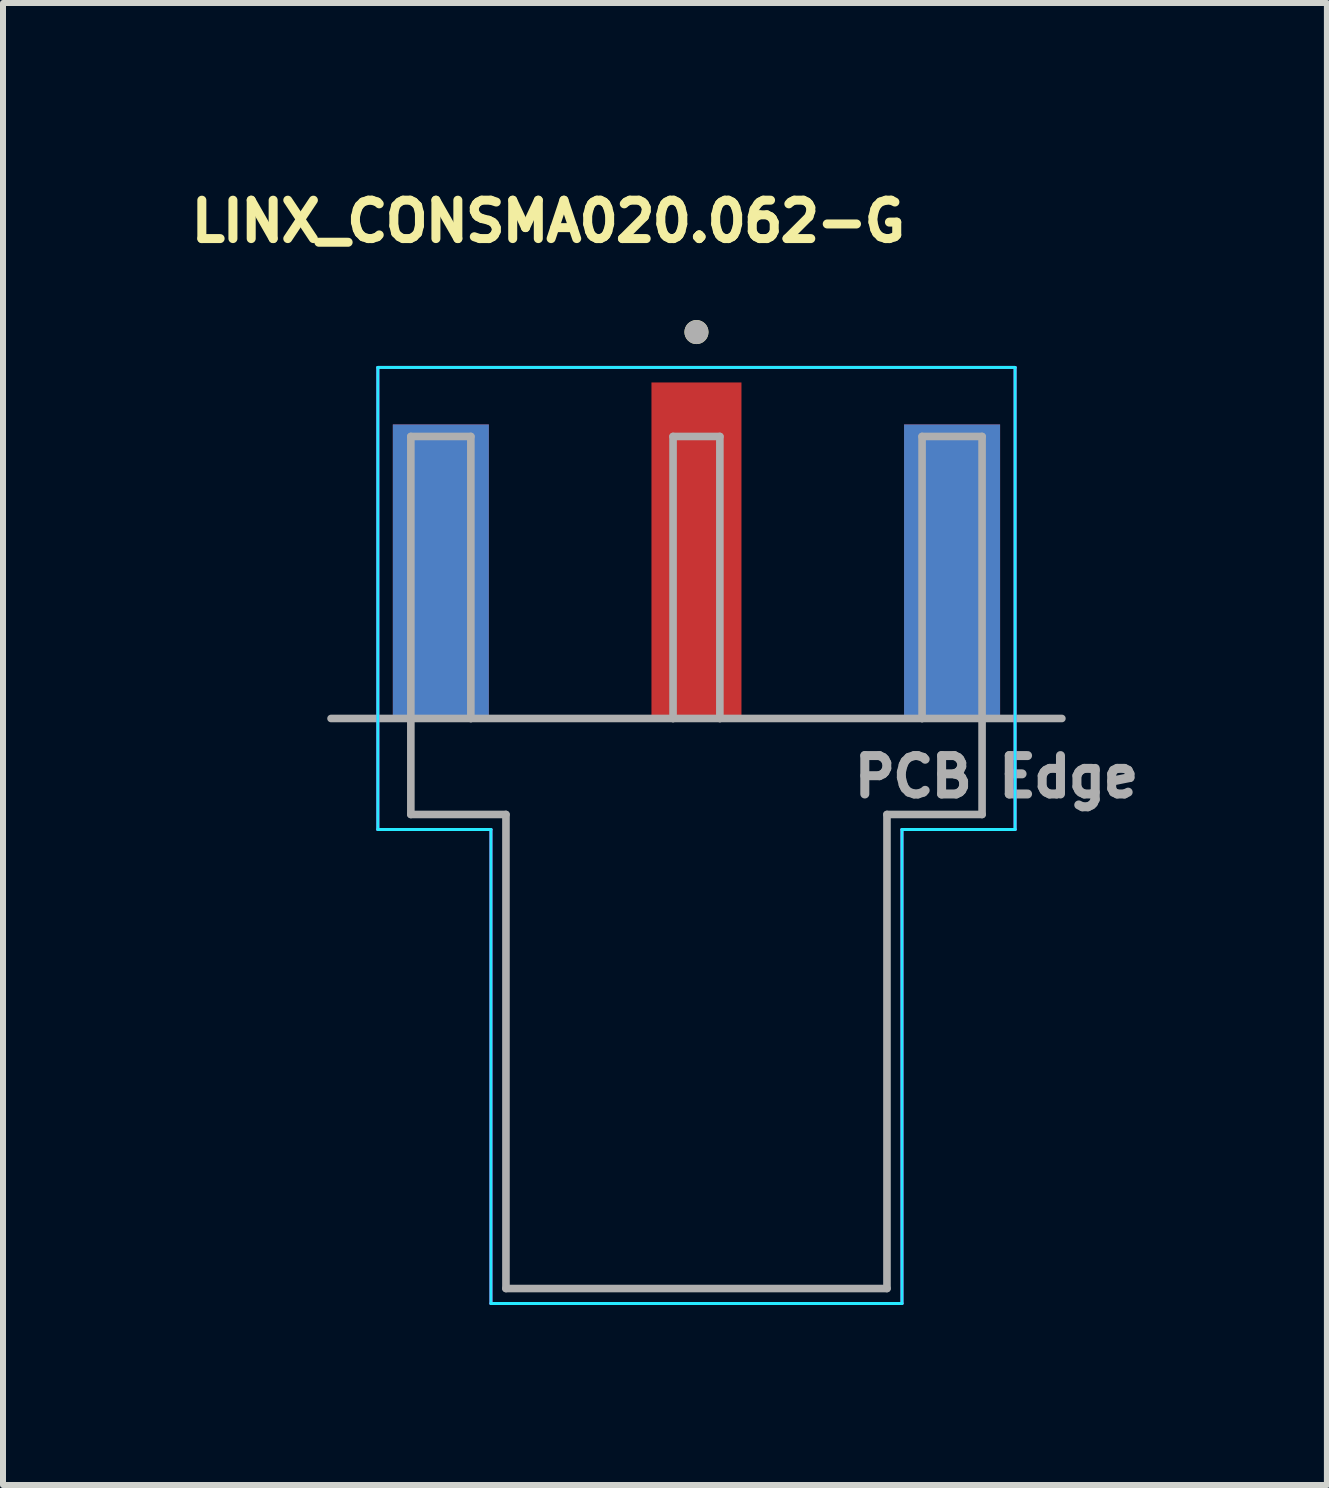
<source format=kicad_pcb>
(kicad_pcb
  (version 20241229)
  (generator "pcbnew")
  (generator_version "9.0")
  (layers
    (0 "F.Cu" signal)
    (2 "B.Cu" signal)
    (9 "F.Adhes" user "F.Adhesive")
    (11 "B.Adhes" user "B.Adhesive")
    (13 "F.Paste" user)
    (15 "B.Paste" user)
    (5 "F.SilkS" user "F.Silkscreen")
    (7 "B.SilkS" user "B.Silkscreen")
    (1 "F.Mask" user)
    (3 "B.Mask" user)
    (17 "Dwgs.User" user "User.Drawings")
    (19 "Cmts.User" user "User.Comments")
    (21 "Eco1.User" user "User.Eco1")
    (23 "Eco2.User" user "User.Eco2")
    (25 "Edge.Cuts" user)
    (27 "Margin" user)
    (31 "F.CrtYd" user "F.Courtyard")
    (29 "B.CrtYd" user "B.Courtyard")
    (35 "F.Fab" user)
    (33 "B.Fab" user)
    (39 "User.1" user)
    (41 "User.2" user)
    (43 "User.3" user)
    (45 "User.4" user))
  (footprint "LINX_CONSMA020.062-G"
    (layer "F.Cu")
    (at 8.557 8.924)
    (property "Reference" "LINX_CONSMA020.062-G" (at -2.468 -8.286 0) (layer "F.SilkS") (effects (font (size 0.64 0.64) (thickness 0.15))))
    (attr through_hole)
    (fp_circle (center 0 -6.44) (end 0.1 -6.44) (stroke (width 0.2) (type solid)) (fill no) (layer "F.SilkS"))
    (fp_line (start -5.31 -5.85) (end -5.31 1.85) (stroke (width 0.05) (type solid)) (layer "B.CrtYd"))
    (fp_line (start -5.31 1.85) (end -3.425 1.85) (stroke (width 0.05) (type solid)) (layer "B.CrtYd"))
    (fp_line (start -3.425 1.85) (end -3.425 9.75) (stroke (width 0.05) (type solid)) (layer "B.CrtYd"))
    (fp_line (start -3.425 9.75) (end 3.425 9.75) (stroke (width 0.05) (type solid)) (layer "B.CrtYd"))
    (fp_line (start 3.425 1.85) (end 3.425 9.75) (stroke (width 0.05) (type solid)) (layer "B.CrtYd"))
    (fp_line (start 5.31 -5.85) (end -5.31 -5.85) (stroke (width 0.05) (type solid)) (layer "B.CrtYd"))
    (fp_line (start 5.31 1.85) (end 3.425 1.85) (stroke (width 0.05) (type solid)) (layer "B.CrtYd"))
    (fp_line (start 5.31 1.85) (end 5.31 -5.85) (stroke (width 0.05) (type solid)) (layer "B.CrtYd"))
    (fp_line (start -5.31 -5.85) (end -5.31 1.85) (stroke (width 0.05) (type solid)) (layer "F.CrtYd"))
    (fp_line (start -5.31 1.85) (end -3.425 1.85) (stroke (width 0.05) (type solid)) (layer "F.CrtYd"))
    (fp_line (start -3.425 1.85) (end -3.425 9.75) (stroke (width 0.05) (type solid)) (layer "F.CrtYd"))
    (fp_line (start -3.425 9.75) (end 3.425 9.75) (stroke (width 0.05) (type solid)) (layer "F.CrtYd"))
    (fp_line (start 3.425 1.85) (end 3.425 9.75) (stroke (width 0.05) (type solid)) (layer "F.CrtYd"))
    (fp_line (start 5.31 -5.85) (end -5.31 -5.85) (stroke (width 0.05) (type solid)) (layer "F.CrtYd"))
    (fp_line (start 5.31 1.85) (end 3.425 1.85) (stroke (width 0.05) (type solid)) (layer "F.CrtYd"))
    (fp_line (start 5.31 1.85) (end 5.31 -5.85) (stroke (width 0.05) (type solid)) (layer "F.CrtYd"))
    (fp_line (start -6.09 0) (end -4.76 0) (stroke (width 0.127) (type solid)) (layer "F.Fab"))
    (fp_line (start -4.76 -4.7) (end -4.76 0) (stroke (width 0.127) (type solid)) (layer "F.Fab"))
    (fp_line (start -4.76 0) (end -3.76 0) (stroke (width 0.127) (type solid)) (layer "F.Fab"))
    (fp_line (start -4.76 1.6) (end -4.76 0) (stroke (width 0.127) (type solid)) (layer "F.Fab"))
    (fp_line (start -3.76 -4.7) (end -4.76 -4.7) (stroke (width 0.127) (type solid)) (layer "F.Fab"))
    (fp_line (start -3.76 0) (end -3.76 -4.7) (stroke (width 0.127) (type solid)) (layer "F.Fab"))
    (fp_line (start -3.76 0) (end -0.39 0) (stroke (width 0.127) (type solid)) (layer "F.Fab"))
    (fp_line (start -3.175 1.6) (end -4.76 1.6) (stroke (width 0.127) (type solid)) (layer "F.Fab"))
    (fp_line (start -3.175 1.6) (end -3.175 9.5) (stroke (width 0.127) (type solid)) (layer "F.Fab"))
    (fp_line (start -3.175 9.5) (end 3.175 9.5) (stroke (width 0.127) (type solid)) (layer "F.Fab"))
    (fp_line (start -0.39 -4.7) (end 0.39 -4.7) (stroke (width 0.127) (type solid)) (layer "F.Fab"))
    (fp_line (start -0.39 0) (end -0.39 -4.7) (stroke (width 0.127) (type solid)) (layer "F.Fab"))
    (fp_line (start -0.39 0) (end 0.39 0) (stroke (width 0.127) (type solid)) (layer "F.Fab"))
    (fp_line (start 0.39 -4.7) (end 0.39 0) (stroke (width 0.127) (type solid)) (layer "F.Fab"))
    (fp_line (start 0.39 0) (end 3.76 0) (stroke (width 0.127) (type solid)) (layer "F.Fab"))
    (fp_line (start 3.175 9.5) (end 3.175 1.6) (stroke (width 0.127) (type solid)) (layer "F.Fab"))
    (fp_line (start 3.76 -4.7) (end 4.76 -4.7) (stroke (width 0.127) (type solid)) (layer "F.Fab"))
    (fp_line (start 3.76 0) (end 3.76 -4.7) (stroke (width 0.127) (type solid)) (layer "F.Fab"))
    (fp_line (start 3.76 0) (end 4.76 0) (stroke (width 0.127) (type solid)) (layer "F.Fab"))
    (fp_line (start 4.76 -4.7) (end 4.76 0) (stroke (width 0.127) (type solid)) (layer "F.Fab"))
    (fp_line (start 4.76 0) (end 4.76 1.6) (stroke (width 0.127) (type solid)) (layer "F.Fab"))
    (fp_line (start 4.76 0) (end 6.09 0) (stroke (width 0.127) (type solid)) (layer "F.Fab"))
    (fp_line (start 4.76 1.6) (end 3.175 1.6) (stroke (width 0.127) (type solid)) (layer "F.Fab"))
    (fp_circle (center 0 -6.44) (end 0.1 -6.44) (stroke (width 0.2) (type solid)) (fill no) (layer "F.Fab"))
    (fp_text user "PCB Edge" (at 5 0.97 0) (layer "F.Fab") (effects (font (size 0.64 0.64) (thickness 0.15))))
    (pad "1" smd rect (at 0 -2.8) (size 1.5 5.6) (layers "F.Cu" "F.Mask" "F.Paste"))
    (pad "S1" smd rect (at -4.26 -2.45) (size 1.6 4.9) (layers "F.Cu" "F.Mask" "F.Paste"))
    (pad "S2" smd rect (at 4.26 -2.45) (size 1.6 4.9) (layers "F.Cu" "F.Mask" "F.Paste"))
    (pad "S3" smd rect (at -4.26 -2.45) (size 1.6 4.9) (layers "B.Cu" "B.Mask" "B.Paste"))
    (pad "S4" smd rect (at 4.26 -2.45) (size 1.6 4.9) (layers "B.Cu" "B.Mask" "B.Paste")))
  (gr_rect
    (start -3 -3)
    (end 19.064 21.699)
    (stroke (width 0.1) (type default))
    (fill no)
    (layer "Edge.Cuts")))
</source>
